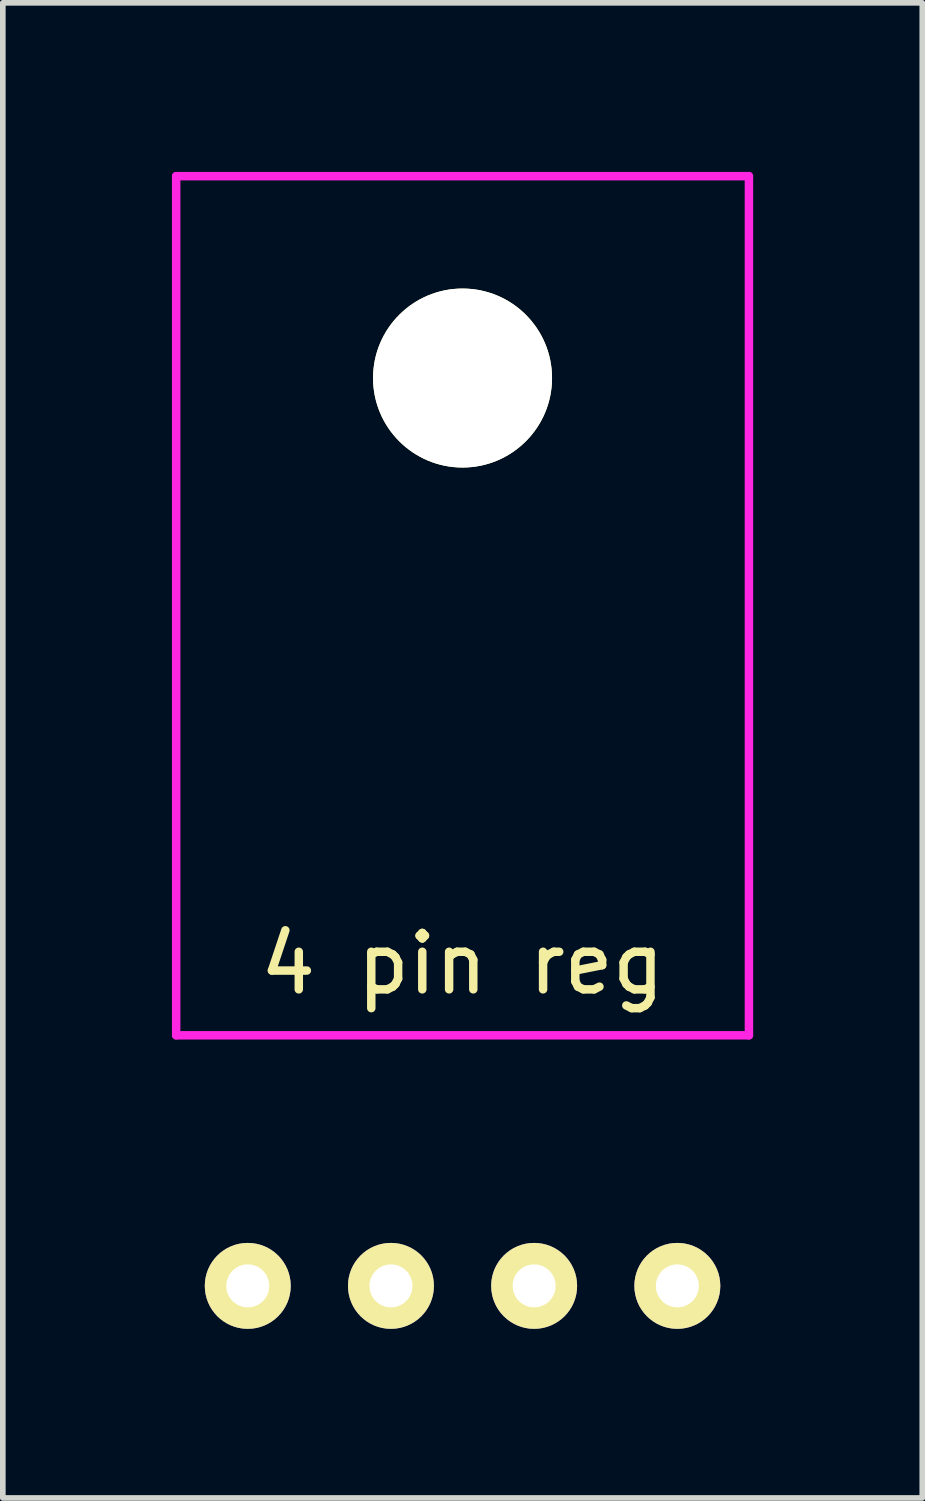
<source format=kicad_pcb>
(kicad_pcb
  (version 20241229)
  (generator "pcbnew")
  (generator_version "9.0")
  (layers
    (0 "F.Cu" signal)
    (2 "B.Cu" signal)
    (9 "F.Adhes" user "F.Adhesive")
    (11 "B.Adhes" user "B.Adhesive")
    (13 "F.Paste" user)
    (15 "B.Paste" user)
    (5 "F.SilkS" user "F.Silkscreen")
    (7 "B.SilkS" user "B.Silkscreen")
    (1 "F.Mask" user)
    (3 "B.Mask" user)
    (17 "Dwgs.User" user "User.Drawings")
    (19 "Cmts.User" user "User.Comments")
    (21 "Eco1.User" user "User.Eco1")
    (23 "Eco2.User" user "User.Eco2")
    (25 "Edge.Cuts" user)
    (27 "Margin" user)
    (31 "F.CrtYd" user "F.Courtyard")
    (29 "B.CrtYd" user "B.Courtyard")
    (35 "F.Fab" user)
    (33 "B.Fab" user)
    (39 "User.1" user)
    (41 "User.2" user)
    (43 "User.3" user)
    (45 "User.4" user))
  (footprint "4 pin reg"
    (layer "F.Cu")
    (at 5.155 19.76)
    (property "Reference" "4 pin reg" (at 0 -5.715 0) (layer "F.SilkS") (effects (font (size 1 1) (thickness 0.15))))
    (attr through_hole)
    (fp_line (start -5.08 -19.685) (end -5.08 -4.445) (stroke (width 0.15) (type solid)) (layer "F.CrtYd"))
    (fp_line (start -5.08 -4.445) (end 5.08 -4.445) (stroke (width 0.15) (type solid)) (layer "F.CrtYd"))
    (fp_line (start 5.08 -19.685) (end -5.08 -19.685) (stroke (width 0.15) (type solid)) (layer "F.CrtYd"))
    (fp_line (start 5.08 -4.445) (end 5.08 -19.685) (stroke (width 0.15) (type solid)) (layer "F.CrtYd"))
    (pad "" np_thru_hole circle (at 0 -16.104) (size 3.175 3.175) (drill 3.175) (layers "*.Cu" "*.Mask" "F.SilkS"))
    (pad "1" thru_hole circle (at -3.81 0) (size 1.524 1.524) (drill 0.762) (layers "*.Cu" "*.Mask" "F.SilkS"))
    (pad "2" thru_hole circle (at -1.27 0) (size 1.524 1.524) (drill 0.762) (layers "*.Cu" "*.Mask" "F.SilkS"))
    (pad "3" thru_hole circle (at 1.27 0) (size 1.524 1.524) (drill 0.762) (layers "*.Cu" "*.Mask" "F.SilkS"))
    (pad "4" thru_hole circle (at 3.81 0) (size 1.524 1.524) (drill 0.762) (layers "*.Cu" "*.Mask" "F.SilkS")))
  (gr_rect
    (start -3 -3)
    (end 13.31 23.522)
    (stroke (width 0.1) (type default))
    (fill no)
    (layer "Edge.Cuts")))
</source>
